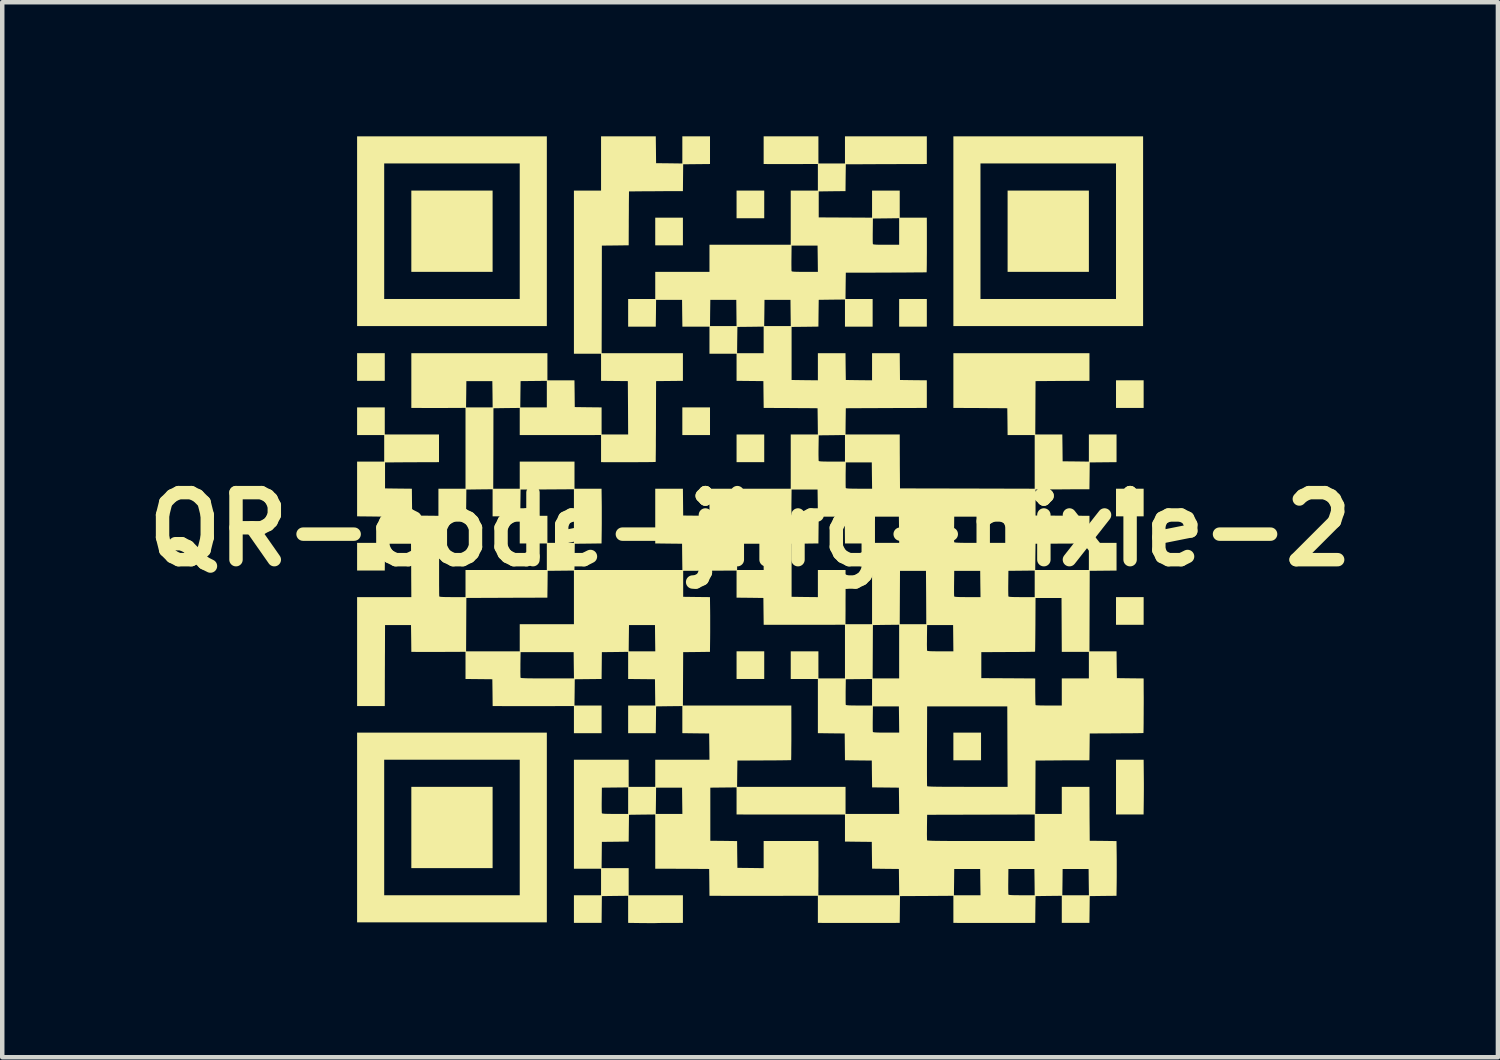
<source format=kicad_pcb>
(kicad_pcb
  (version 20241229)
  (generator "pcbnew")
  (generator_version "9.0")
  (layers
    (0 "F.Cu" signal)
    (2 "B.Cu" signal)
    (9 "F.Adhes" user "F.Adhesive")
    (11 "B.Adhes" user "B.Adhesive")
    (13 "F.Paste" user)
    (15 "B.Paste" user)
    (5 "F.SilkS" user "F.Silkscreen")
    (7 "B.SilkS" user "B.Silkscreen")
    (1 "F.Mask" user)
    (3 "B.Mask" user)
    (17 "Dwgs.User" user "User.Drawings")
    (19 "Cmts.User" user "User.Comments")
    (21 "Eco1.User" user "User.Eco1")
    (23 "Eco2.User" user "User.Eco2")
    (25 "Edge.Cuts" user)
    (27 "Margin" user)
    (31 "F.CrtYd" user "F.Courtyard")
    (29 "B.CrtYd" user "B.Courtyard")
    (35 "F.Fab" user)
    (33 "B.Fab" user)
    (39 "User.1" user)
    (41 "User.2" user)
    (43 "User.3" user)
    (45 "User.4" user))
  (footprint "QR-code-jhrg-nixie-2"
    (layer "F.Cu")
    (at 13.729 8.791)
    (property "Reference" "QR-code-jhrg-nixie-2" (at 0 0 0) (layer "F.SilkS") (effects (font (size 1.5 1.5) (thickness 0.3))))
    (attr board_only exclude_from_pos_files exclude_from_bom)
    (fp_poly (pts (xy -8.172 -3.631) (xy -8.172 -3.322) (xy -8.481 -3.322) (xy -8.791 -3.322) (xy -8.791 -3.631) (xy -8.791 -3.941) (xy -8.481 -3.941) (xy -8.172 -3.941)) (stroke (width 0) (type solid)) (fill yes) (layer "F.SilkS"))
    (fp_poly (pts (xy -5.76 -6.669) (xy -5.76 -5.76) (xy -6.669 -5.76) (xy -7.578 -5.76) (xy -7.578 -6.669) (xy -7.578 -7.578) (xy -6.669 -7.578) (xy -5.76 -7.578)) (stroke (width 0) (type solid)) (fill yes) (layer "F.SilkS"))
    (fp_poly (pts (xy -5.76 6.669) (xy -5.76 7.578) (xy -6.669 7.578) (xy -7.578 7.578) (xy -7.578 6.669) (xy -7.578 5.76) (xy -6.669 5.76) (xy -5.76 5.76)) (stroke (width 0) (type solid)) (fill yes) (layer "F.SilkS"))
    (fp_poly (pts (xy -1.503 -6.663) (xy -1.503 -6.353) (xy -1.812 -6.353) (xy -2.122 -6.353) (xy -2.122 -6.663) (xy -2.122 -6.972) (xy -1.812 -6.972) (xy -1.503 -6.972)) (stroke (width 0) (type solid)) (fill yes) (layer "F.SilkS"))
    (fp_poly (pts (xy -0.897 -2.419) (xy -0.897 -2.109) (xy -1.206 -2.109) (xy -1.516 -2.109) (xy -1.516 -2.419) (xy -1.516 -2.728) (xy -1.206 -2.728) (xy -0.897 -2.728)) (stroke (width 0) (type solid)) (fill yes) (layer "F.SilkS"))
    (fp_poly (pts (xy 0.316 -7.269) (xy 0.316 -6.959) (xy 0.006 -6.959) (xy -0.303 -6.959) (xy -0.303 -7.269) (xy -0.303 -7.578) (xy 0.006 -7.578) (xy 0.316 -7.578)) (stroke (width 0) (type solid)) (fill yes) (layer "F.SilkS"))
    (fp_poly (pts (xy 0.316 -1.812) (xy 0.316 -1.503) (xy 0.006 -1.503) (xy -0.303 -1.503) (xy -0.303 -1.812) (xy -0.303 -2.122) (xy 0.006 -2.122) (xy 0.316 -2.122)) (stroke (width 0) (type solid)) (fill yes) (layer "F.SilkS"))
    (fp_poly (pts (xy 0.316 3.038) (xy 0.316 3.347) (xy 0.006 3.347) (xy -0.303 3.347) (xy -0.303 3.038) (xy -0.303 2.728) (xy 0.006 2.728) (xy 0.316 2.728)) (stroke (width 0) (type solid)) (fill yes) (layer "F.SilkS"))
    (fp_poly (pts (xy 3.953 -4.844) (xy 3.953 -4.534) (xy 3.644 -4.534) (xy 3.334 -4.534) (xy 3.334 -4.844) (xy 3.334 -5.153) (xy 3.644 -5.153) (xy 3.953 -5.153)) (stroke (width 0) (type solid)) (fill yes) (layer "F.SilkS"))
    (fp_poly (pts (xy 5.166 4.856) (xy 5.166 5.166) (xy 4.856 5.166) (xy 4.547 5.166) (xy 4.547 4.856) (xy 4.547 4.547) (xy 4.856 4.547) (xy 5.166 4.547)) (stroke (width 0) (type solid)) (fill yes) (layer "F.SilkS"))
    (fp_poly (pts (xy 7.578 -6.669) (xy 7.578 -5.76) (xy 6.669 -5.76) (xy 5.76 -5.76) (xy 5.76 -6.669) (xy 5.76 -7.578) (xy 6.669 -7.578) (xy 7.578 -7.578)) (stroke (width 0) (type solid)) (fill yes) (layer "F.SilkS"))
    (fp_poly (pts (xy 8.803 -3.025) (xy 8.803 -2.716) (xy 8.494 -2.716) (xy 8.185 -2.716) (xy 8.185 -3.025) (xy 8.185 -3.334) (xy 8.494 -3.334) (xy 8.803 -3.334)) (stroke (width 0) (type solid)) (fill yes) (layer "F.SilkS"))
    (fp_poly (pts (xy 8.803 -0.6) (xy 8.803 -0.291) (xy 8.494 -0.291) (xy 8.185 -0.291) (xy 8.185 -0.6) (xy 8.185 -0.909) (xy 8.494 -0.909) (xy 8.803 -0.909)) (stroke (width 0) (type solid)) (fill yes) (layer "F.SilkS"))
    (fp_poly (pts (xy 8.803 1.825) (xy 8.803 2.135) (xy 8.494 2.135) (xy 8.185 2.135) (xy 8.185 1.825) (xy 8.185 1.516) (xy 8.494 1.516) (xy 8.803 1.516)) (stroke (width 0) (type solid)) (fill yes) (layer "F.SilkS"))
    (fp_poly (pts (xy 8.806 5.453) (xy 8.807 5.561) (xy 8.808 5.684) (xy 8.808 5.814) (xy 8.807 5.94) (xy 8.806 6.053) (xy 8.806 6.066) (xy 8.802 6.378) (xy 8.493 6.378) (xy 8.185 6.378) (xy 8.185 5.766) (xy 8.185 5.153) (xy 8.494 5.153) (xy 8.803 5.153)) (stroke (width 0) (type solid)) (fill yes) (layer "F.SilkS"))
    (fp_poly (pts (xy -4.547 -6.669) (xy -4.547 -4.547) (xy -6.669 -4.547) (xy -8.791 -4.547) (xy -8.791 -6.669) (xy -8.791 -8.185) (xy -8.185 -8.185) (xy -8.185 -6.669) (xy -8.185 -5.153) (xy -6.669 -5.153) (xy -5.153 -5.153) (xy -5.153 -6.669) (xy -5.153 -8.185) (xy -6.669 -8.185) (xy -8.185 -8.185) (xy -8.791 -8.185) (xy -8.791 -8.791) (xy -6.669 -8.791) (xy -4.547 -8.791)) (stroke (width 0) (type solid)) (fill yes) (layer "F.SilkS"))
    (fp_poly (pts (xy -4.547 6.669) (xy -4.547 8.791) (xy -6.669 8.791) (xy -8.791 8.791) (xy -8.791 6.669) (xy -8.791 5.153) (xy -8.185 5.153) (xy -8.185 6.669) (xy -8.185 8.185) (xy -6.669 8.185) (xy -5.153 8.185) (xy -5.153 6.669) (xy -5.153 5.153) (xy -6.669 5.153) (xy -8.185 5.153) (xy -8.791 5.153) (xy -8.791 4.547) (xy -6.669 4.547) (xy -4.547 4.547)) (stroke (width 0) (type solid)) (fill yes) (layer "F.SilkS"))
    (fp_poly (pts (xy 8.791 -6.669) (xy 8.791 -4.547) (xy 6.669 -4.547) (xy 4.547 -4.547) (xy 4.547 -6.669) (xy 4.547 -8.185) (xy 5.153 -8.185) (xy 5.153 -6.669) (xy 5.153 -5.153) (xy 6.669 -5.153) (xy 8.185 -5.153) (xy 8.185 -6.669) (xy 8.185 -8.185) (xy 6.669 -8.185) (xy 5.153 -8.185) (xy 4.547 -8.185) (xy 4.547 -8.791) (xy 6.669 -8.791) (xy 8.791 -8.791)) (stroke (width 0) (type solid)) (fill yes) (layer "F.SilkS"))
    (fp_poly (pts (xy -2.106 -8.491) (xy -2.103 -8.191) (xy -1.809 -8.188) (xy -1.516 -8.184) (xy -1.516 -8.487) (xy -1.516 -8.791) (xy -1.206 -8.791) (xy -0.897 -8.791) (xy -0.897 -8.482) (xy -0.897 -8.172) (xy -1.197 -8.169) (xy -1.497 -8.166) (xy -1.5 -7.866) (xy -1.503 -7.566) (xy -1.803 -7.565) (xy -1.913 -7.565) (xy -2.037 -7.564) (xy -2.167 -7.563) (xy -2.293 -7.563) (xy -2.403 -7.562) (xy -2.406 -7.562) (xy -2.709 -7.559) (xy -2.712 -7.256) (xy -2.712 -7.146) (xy -2.713 -7.021) (xy -2.714 -6.891) (xy -2.714 -6.766) (xy -2.715 -6.656) (xy -2.715 -6.653) (xy -2.716 -6.354) (xy -3.016 -6.35) (xy -3.316 -6.347) (xy -3.318 -5.144) (xy -3.321 -3.941) (xy -2.412 -3.941) (xy -1.503 -3.941) (xy -1.503 -3.632) (xy -1.503 -3.322) (xy -1.803 -3.319) (xy -2.103 -3.316) (xy -2.106 -2.414) (xy -2.106 -2.265) (xy -2.107 -2.124) (xy -2.108 -1.993) (xy -2.108 -1.873) (xy -2.109 -1.766) (xy -2.11 -1.676) (xy -2.111 -1.603) (xy -2.111 -1.549) (xy -2.112 -1.517) (xy -2.112 -1.508) (xy -2.126 -1.507) (xy -2.162 -1.506) (xy -2.218 -1.505) (xy -2.293 -1.504) (xy -2.382 -1.503) (xy -2.484 -1.503) (xy -2.596 -1.502) (xy -2.716 -1.502) (xy -2.841 -1.502) (xy -2.969 -1.502) (xy -3.034 -1.502) (xy -3.334 -1.503) (xy -3.334 -1.806) (xy -3.334 -2.11) (xy -3.944 -2.109) (xy -4.079 -2.109) (xy -4.217 -2.109) (xy -4.355 -2.109) (xy -4.487 -2.109) (xy -4.61 -2.109) (xy -4.718 -2.109) (xy -4.809 -2.109) (xy -4.853 -2.109) (xy -5.153 -2.109) (xy -5.153 -2.413) (xy -5.153 -2.716) (xy -5.447 -2.713) (xy -5.741 -2.709) (xy -5.743 -1.809) (xy -5.746 -0.909) (xy -5.45 -0.909) (xy -5.153 -0.909) (xy -5.153 -1.213) (xy -5.153 -1.516) (xy -4.541 -1.516) (xy -3.928 -1.516) (xy -3.928 -1.213) (xy -3.928 -0.909) (xy -3.625 -0.909) (xy -3.323 -0.909) (xy -3.319 -0.609) (xy -3.318 -0.502) (xy -3.318 -0.378) (xy -3.318 -0.249) (xy -3.318 -0.123) (xy -3.319 -0.01) (xy -3.319 0.003) (xy -3.323 0.315) (xy -3.622 0.319) (xy -3.922 0.322) (xy -3.925 0.616) (xy -3.929 0.909) (xy -2.722 0.909) (xy -1.515 0.909) (xy -0.291 0.909) (xy 0.006 0.909) (xy 0.304 0.909) (xy 0.3 0.616) (xy 0.297 0.322) (xy 0.006 0.322) (xy -0.284 0.322) (xy -0.288 0.616) (xy -0.291 0.909) (xy -1.515 0.909) (xy -1.519 0.616) (xy -1.522 0.322) (xy -1.822 0.319) (xy -2.122 0.315) (xy -2.122 -0.297) (xy -2.122 -0.909) (xy -1.813 -0.909) (xy -1.503 -0.909) (xy -1.5 -0.609) (xy -1.497 -0.309) (xy -1.203 -0.306) (xy -0.909 -0.303) (xy -0.909 -0.457) (xy 0.924 -0.457) (xy 0.925 -0.395) (xy 0.925 -0.349) (xy 0.927 -0.323) (xy 0.928 -0.319) (xy 0.936 -0.314) (xy 0.956 -0.31) (xy 0.992 -0.307) (xy 1.046 -0.305) (xy 1.12 -0.304) (xy 1.216 -0.303) (xy 1.225 -0.303) (xy 1.516 -0.303) (xy 1.513 -0.597) (xy 1.509 -0.89) (xy 1.219 -0.89) (xy 0.928 -0.89) (xy 0.925 -0.613) (xy 0.924 -0.531) (xy 0.924 -0.457) (xy -0.909 -0.457) (xy -0.909 -0.606) (xy -0.909 -0.909) (xy 0 -0.909) (xy 0.909 -0.909) (xy 0.909 -1.063) (xy 2.137 -1.063) (xy 2.137 -1.002) (xy 2.138 -0.956) (xy 2.139 -0.93) (xy 2.14 -0.925) (xy 2.148 -0.92) (xy 2.169 -0.916) (xy 2.205 -0.913) (xy 2.258 -0.911) (xy 2.332 -0.91) (xy 2.428 -0.909) (xy 2.438 -0.909) (xy 2.729 -0.909) (xy 2.725 -1.203) (xy 2.722 -1.497) (xy 2.431 -1.497) (xy 2.141 -1.497) (xy 2.137 -1.219) (xy 2.137 -1.137) (xy 2.137 -1.063) (xy 0.909 -1.063) (xy 0.909 -1.516) (xy 0.909 -1.67) (xy 1.53 -1.67) (xy 1.531 -1.608) (xy 1.532 -1.562) (xy 1.533 -1.536) (xy 1.534 -1.532) (xy 1.542 -1.526) (xy 1.563 -1.522) (xy 1.599 -1.519) (xy 1.652 -1.517) (xy 1.726 -1.516) (xy 1.822 -1.516) (xy 1.831 -1.516) (xy 2.122 -1.516) (xy 2.122 -1.813) (xy 2.122 -2.11) (xy 1.828 -2.106) (xy 1.535 -2.103) (xy 1.531 -1.825) (xy 1.53 -1.744) (xy 1.53 -1.67) (xy 0.909 -1.67) (xy 0.909 -2.122) (xy 1.213 -2.122) (xy 1.516 -2.122) (xy 1.513 -2.416) (xy 1.509 -2.709) (xy 1.206 -2.712) (xy 1.096 -2.712) (xy 0.971 -2.713) (xy 0.841 -2.714) (xy 0.716 -2.714) (xy 0.606 -2.715) (xy 0.603 -2.715) (xy 0.304 -2.716) (xy 0.3 -3.016) (xy 0.297 -3.316) (xy -0.003 -3.319) (xy -0.303 -3.322) (xy -0.303 -3.625) (xy -0.303 -3.928) (xy -0.606 -3.928) (xy -0.909 -3.928) (xy -0.909 -3.941) (xy -0.291 -3.941) (xy 0.006 -3.941) (xy 0.303 -3.941) (xy 0.303 -4.238) (xy 0.303 -4.535) (xy 0.009 -4.531) (xy -0.284 -4.528) (xy -0.288 -4.234) (xy -0.291 -3.941) (xy -0.909 -3.941) (xy -0.909 -4.231) (xy -0.909 -4.534) (xy -1.212 -4.534) (xy -1.515 -4.534) (xy -1.515 -4.547) (xy -0.897 -4.547) (xy -0.6 -4.547) (xy -0.303 -4.547) (xy 0.315 -4.547) (xy 0.613 -4.547) (xy 0.91 -4.547) (xy 0.906 -4.841) (xy 0.903 -5.134) (xy 0.613 -5.134) (xy 0.322 -5.134) (xy 0.319 -4.841) (xy 0.315 -4.547) (xy -0.303 -4.547) (xy -0.306 -4.841) (xy -0.309 -5.134) (xy -0.6 -5.134) (xy -0.89 -5.134) (xy -0.894 -4.841) (xy -0.897 -4.547) (xy -1.515 -4.547) (xy -1.519 -4.834) (xy -1.522 -5.134) (xy -1.812 -5.134) (xy -2.103 -5.134) (xy -2.106 -4.834) (xy -2.11 -4.534) (xy -2.419 -4.534) (xy -2.728 -4.534) (xy -2.728 -4.844) (xy -2.728 -5.153) (xy -2.425 -5.153) (xy -2.122 -5.153) (xy -2.122 -5.456) (xy -2.122 -5.76) (xy -1.516 -5.76) (xy -0.909 -5.76) (xy -0.909 -5.914) (xy 0.924 -5.914) (xy 0.925 -5.852) (xy 0.925 -5.806) (xy 0.927 -5.78) (xy 0.928 -5.776) (xy 0.936 -5.77) (xy 0.956 -5.766) (xy 0.992 -5.763) (xy 1.046 -5.761) (xy 1.12 -5.76) (xy 1.216 -5.76) (xy 1.225 -5.76) (xy 1.516 -5.76) (xy 1.513 -6.053) (xy 1.509 -6.347) (xy 1.219 -6.347) (xy 0.928 -6.347) (xy 0.925 -6.069) (xy 0.924 -5.987) (xy 0.924 -5.914) (xy -0.909 -5.914) (xy -0.909 -6.063) (xy -0.909 -6.366) (xy 0 -6.366) (xy 0.909 -6.366) (xy 0.909 -6.52) (xy 2.743 -6.52) (xy 2.743 -6.458) (xy 2.744 -6.412) (xy 2.746 -6.386) (xy 2.746 -6.382) (xy 2.754 -6.376) (xy 2.775 -6.372) (xy 2.811 -6.369) (xy 2.865 -6.367) (xy 2.938 -6.366) (xy 3.035 -6.366) (xy 3.044 -6.366) (xy 3.334 -6.366) (xy 3.334 -6.663) (xy 3.334 -6.96) (xy 3.041 -6.956) (xy 2.747 -6.953) (xy 2.744 -6.676) (xy 2.743 -6.594) (xy 2.743 -6.52) (xy 0.909 -6.52) (xy 0.909 -6.972) (xy 0.909 -7.578) (xy 1.213 -7.578) (xy 1.516 -7.578) (xy 1.516 -7.876) (xy 1.516 -8.173) (xy 1.209 -8.172) (xy 1.099 -8.171) (xy 0.974 -8.171) (xy 0.844 -8.171) (xy 0.719 -8.171) (xy 0.609 -8.171) (xy 0.603 -8.171) (xy 0.303 -8.172) (xy 0.303 -8.481) (xy 0.303 -8.791) (xy 0.916 -8.791) (xy 1.528 -8.791) (xy 1.528 -8.488) (xy 1.528 -8.185) (xy 1.825 -8.185) (xy 2.122 -8.185) (xy 2.122 -8.488) (xy 2.122 -8.791) (xy 3.038 -8.791) (xy 3.953 -8.791) (xy 3.953 -8.481) (xy 3.953 -8.172) (xy 3.653 -8.171) (xy 3.576 -8.171) (xy 3.478 -8.171) (xy 3.364 -8.171) (xy 3.237 -8.17) (xy 3.102 -8.17) (xy 2.964 -8.169) (xy 2.827 -8.169) (xy 2.747 -8.168) (xy 2.141 -8.166) (xy 2.137 -7.866) (xy 2.134 -7.566) (xy 1.834 -7.563) (xy 1.535 -7.559) (xy 1.535 -7.269) (xy 1.535 -6.978) (xy 2.131 -6.975) (xy 2.728 -6.972) (xy 2.728 -7.275) (xy 2.728 -7.578) (xy 3.038 -7.578) (xy 3.347 -7.578) (xy 3.347 -7.275) (xy 3.347 -6.972) (xy 3.65 -6.972) (xy 3.953 -6.972) (xy 3.954 -6.672) (xy 3.954 -6.544) (xy 3.954 -6.417) (xy 3.954 -6.294) (xy 3.954 -6.178) (xy 3.953 -6.07) (xy 3.953 -5.974) (xy 3.952 -5.892) (xy 3.951 -5.826) (xy 3.95 -5.779) (xy 3.949 -5.754) (xy 3.948 -5.75) (xy 3.935 -5.749) (xy 3.899 -5.749) (xy 3.842 -5.748) (xy 3.765 -5.747) (xy 3.671 -5.747) (xy 3.562 -5.746) (xy 3.44 -5.745) (xy 3.307 -5.744) (xy 3.164 -5.744) (xy 3.043 -5.743) (xy 2.141 -5.741) (xy 2.137 -5.447) (xy 2.134 -5.153) (xy 2.437 -5.153) (xy 2.741 -5.153) (xy 2.741 -4.844) (xy 2.741 -4.534) (xy 2.431 -4.534) (xy 2.122 -4.534) (xy 2.122 -4.838) (xy 2.122 -5.141) (xy 1.828 -5.138) (xy 1.535 -5.134) (xy 1.531 -4.835) (xy 1.528 -4.535) (xy 1.228 -4.531) (xy 0.928 -4.528) (xy 0.928 -3.934) (xy 0.928 -3.341) (xy 1.222 -3.337) (xy 1.516 -3.334) (xy 1.516 -3.637) (xy 1.516 -3.941) (xy 1.825 -3.941) (xy 2.134 -3.941) (xy 2.137 -3.641) (xy 2.141 -3.341) (xy 2.435 -3.337) (xy 2.728 -3.334) (xy 2.728 -3.637) (xy 2.728 -3.941) (xy 3.037 -3.941) (xy 3.347 -3.941) (xy 3.35 -3.641) (xy 3.353 -3.341) (xy 3.653 -3.337) (xy 3.953 -3.334) (xy 3.953 -3.025) (xy 3.953 -2.716) (xy 3.653 -2.715) (xy 3.576 -2.715) (xy 3.478 -2.715) (xy 3.364 -2.714) (xy 3.237 -2.714) (xy 3.102 -2.713) (xy 2.964 -2.713) (xy 2.827 -2.712) (xy 2.747 -2.712) (xy 2.141 -2.709) (xy 2.137 -2.416) (xy 2.134 -2.122) (xy 2.741 -2.122) (xy 3.347 -2.122) (xy 3.348 -1.822) (xy 3.348 -1.713) (xy 3.349 -1.588) (xy 3.349 -1.458) (xy 3.35 -1.332) (xy 3.351 -1.222) (xy 3.351 -1.219) (xy 3.353 -0.916) (xy 4.86 -0.913) (xy 6.366 -0.909) (xy 6.366 -1.509) (xy 6.366 -2.109) (xy 6.063 -2.109) (xy 5.76 -2.109) (xy 5.757 -2.409) (xy 5.753 -2.709) (xy 5.45 -2.712) (xy 5.34 -2.712) (xy 5.215 -2.713) (xy 5.085 -2.714) (xy 4.96 -2.714) (xy 4.85 -2.715) (xy 4.847 -2.715) (xy 4.547 -2.716) (xy 4.547 -3.328) (xy 4.547 -3.941) (xy 6.069 -3.941) (xy 7.591 -3.941) (xy 7.591 -3.631) (xy 7.591 -3.322) (xy 7.291 -3.321) (xy 7.182 -3.321) (xy 7.057 -3.32) (xy 6.927 -3.32) (xy 6.801 -3.319) (xy 6.691 -3.318) (xy 6.688 -3.318) (xy 6.385 -3.316) (xy 6.382 -2.719) (xy 6.379 -2.122) (xy 6.681 -2.122) (xy 6.984 -2.122) (xy 6.988 -1.822) (xy 6.991 -1.522) (xy 7.285 -1.519) (xy 7.578 -1.515) (xy 7.578 -1.819) (xy 7.578 -2.122) (xy 7.888 -2.122) (xy 8.197 -2.122) (xy 8.197 -1.813) (xy 8.197 -1.503) (xy 7.897 -1.5) (xy 7.597 -1.497) (xy 7.594 -1.197) (xy 7.59 -0.897) (xy 7.291 -0.896) (xy 7.181 -0.896) (xy 7.057 -0.895) (xy 6.927 -0.894) (xy 6.801 -0.894) (xy 6.691 -0.893) (xy 6.688 -0.893) (xy 6.385 -0.89) (xy 6.385 -0.6) (xy 6.385 -0.309) (xy 6.988 -0.306) (xy 7.591 -0.303) (xy 7.591 0.000122) (xy 7.591 0.303) (xy 7.894 0.303) (xy 8.197 0.303) (xy 8.197 0.612) (xy 8.197 0.922) (xy 7.897 0.925) (xy 7.597 0.928) (xy 7.594 1.828) (xy 7.591 2.728) (xy 7.894 2.728) (xy 8.197 2.728) (xy 8.2 3.028) (xy 8.204 3.328) (xy 8.504 3.332) (xy 8.803 3.335) (xy 8.804 3.635) (xy 8.805 3.761) (xy 8.805 3.886) (xy 8.804 4.008) (xy 8.804 4.124) (xy 8.803 4.231) (xy 8.803 4.328) (xy 8.802 4.411) (xy 8.801 4.477) (xy 8.8 4.525) (xy 8.799 4.552) (xy 8.798 4.556) (xy 8.785 4.557) (xy 8.75 4.558) (xy 8.694 4.559) (xy 8.62 4.56) (xy 8.53 4.561) (xy 8.428 4.561) (xy 8.316 4.562) (xy 8.196 4.563) (xy 7.597 4.566) (xy 7.594 4.866) (xy 7.59 5.166) (xy 7.291 5.167) (xy 7.181 5.167) (xy 7.057 5.167) (xy 6.927 5.168) (xy 6.801 5.169) (xy 6.691 5.17) (xy 6.688 5.17) (xy 6.385 5.172) (xy 6.382 5.769) (xy 6.379 6.366) (xy 6.675 6.366) (xy 6.972 6.366) (xy 6.972 6.063) (xy 6.972 5.76) (xy 7.282 5.76) (xy 7.591 5.76) (xy 7.592 6.059) (xy 7.592 6.169) (xy 7.593 6.294) (xy 7.593 6.424) (xy 7.594 6.549) (xy 7.595 6.66) (xy 7.595 6.663) (xy 7.597 6.966) (xy 7.897 6.969) (xy 8.196 6.973) (xy 8.2 7.285) (xy 8.201 7.396) (xy 8.201 7.521) (xy 8.201 7.65) (xy 8.201 7.775) (xy 8.2 7.885) (xy 8.2 7.897) (xy 8.196 8.197) (xy 7.897 8.2) (xy 7.597 8.204) (xy 7.594 8.504) (xy 7.59 8.803) (xy 7.281 8.803) (xy 6.972 8.803) (xy 6.972 8.5) (xy 6.972 8.197) (xy 6.678 8.2) (xy 6.385 8.204) (xy 6.381 8.504) (xy 6.378 8.803) (xy 6.081 8.804) (xy 5.977 8.804) (xy 5.856 8.804) (xy 5.728 8.804) (xy 5.602 8.804) (xy 5.487 8.804) (xy 5.463 8.804) (xy 5.352 8.804) (xy 5.227 8.804) (xy 5.099 8.804) (xy 4.975 8.804) (xy 4.866 8.804) (xy 4.844 8.804) (xy 4.547 8.803) (xy 4.547 8.5) (xy 4.547 8.197) (xy 3.95 8.201) (xy 3.353 8.204) (xy 3.35 8.504) (xy 3.347 8.803) (xy 3.05 8.804) (xy 2.945 8.804) (xy 2.825 8.804) (xy 2.697 8.804) (xy 2.571 8.804) (xy 2.456 8.804) (xy 2.431 8.804) (xy 2.32 8.804) (xy 2.196 8.804) (xy 2.068 8.804) (xy 1.944 8.804) (xy 1.835 8.804) (xy 1.812 8.804) (xy 1.516 8.803) (xy 1.516 8.5) (xy 1.516 8.197) (xy 0.603 8.198) (xy 0.444 8.198) (xy 0.285 8.198) (xy 0.128 8.198) (xy -0.022 8.198) (xy -0.163 8.198) (xy -0.293 8.198) (xy -0.407 8.198) (xy -0.504 8.198) (xy -0.58 8.198) (xy -0.609 8.198) (xy -0.909 8.197) (xy -0.912 7.897) (xy -0.916 7.597) (xy -1.219 7.595) (xy -1.329 7.594) (xy -1.454 7.593) (xy -1.584 7.593) (xy -1.709 7.592) (xy -1.819 7.592) (xy -1.822 7.592) (xy -2.122 7.591) (xy -2.122 6.984) (xy -2.122 6.966) (xy -0.89 6.966) (xy -0.591 6.969) (xy -0.291 6.973) (xy -0.288 7.272) (xy -0.284 7.572) (xy 0.009 7.575) (xy 0.303 7.579) (xy 0.303 7.275) (xy 0.303 6.972) (xy 0.916 6.972) (xy 1.528 6.972) (xy 1.529 7.272) (xy 1.529 7.381) (xy 1.529 7.505) (xy 1.529 7.635) (xy 1.529 7.761) (xy 1.528 7.872) (xy 1.528 7.878) (xy 1.527 8.185) (xy 2.431 8.185) (xy 3.335 8.185) (xy 4.559 8.185) (xy 4.856 8.185) (xy 5.154 8.185) (xy 5.152 8.03) (xy 5.774 8.03) (xy 5.775 8.092) (xy 5.776 8.138) (xy 5.777 8.164) (xy 5.778 8.168) (xy 5.786 8.174) (xy 5.806 8.178) (xy 5.842 8.181) (xy 5.896 8.183) (xy 5.97 8.184) (xy 6.066 8.185) (xy 6.075 8.185) (xy 6.366 8.185) (xy 6.984 8.185) (xy 7.282 8.185) (xy 7.579 8.185) (xy 7.575 7.891) (xy 7.572 7.597) (xy 7.282 7.597) (xy 6.991 7.597) (xy 6.988 7.891) (xy 6.984 8.185) (xy 6.366 8.185) (xy 6.363 7.891) (xy 6.359 7.597) (xy 6.069 7.597) (xy 5.778 7.597) (xy 5.775 7.875) (xy 5.774 7.957) (xy 5.774 8.03) (xy 5.152 8.03) (xy 5.15 7.891) (xy 5.147 7.597) (xy 4.856 7.597) (xy 4.566 7.597) (xy 4.563 7.891) (xy 4.559 8.185) (xy 3.335 8.185) (xy 3.332 7.891) (xy 3.328 7.597) (xy 3.028 7.594) (xy 2.729 7.59) (xy 2.725 7.291) (xy 2.722 6.991) (xy 2.422 6.988) (xy 2.122 6.984) (xy 2.122 6.818) (xy 3.955 6.818) (xy 3.956 6.88) (xy 3.957 6.926) (xy 3.958 6.952) (xy 3.959 6.956) (xy 3.965 6.959) (xy 3.98 6.961) (xy 4.006 6.963) (xy 4.044 6.965) (xy 4.095 6.967) (xy 4.162 6.968) (xy 4.244 6.969) (xy 4.344 6.97) (xy 4.463 6.971) (xy 4.601 6.971) (xy 4.761 6.972) (xy 4.943 6.972) (xy 5.15 6.972) (xy 5.165 6.972) (xy 6.366 6.972) (xy 6.366 6.676) (xy 6.366 6.379) (xy 5.163 6.382) (xy 3.96 6.385) (xy 3.956 6.662) (xy 3.956 6.744) (xy 3.955 6.818) (xy 2.122 6.818) (xy 2.122 6.681) (xy 2.122 6.379) (xy 1.209 6.379) (xy 1.05 6.379) (xy 0.891 6.379) (xy 0.735 6.379) (xy 0.584 6.379) (xy 0.443 6.379) (xy 0.314 6.379) (xy 0.199 6.379) (xy 0.102 6.379) (xy 0.027 6.379) (xy -0.003 6.379) (xy -0.303 6.378) (xy -0.303 6.075) (xy -0.303 5.772) (xy -0.597 5.775) (xy -0.89 5.778) (xy -0.89 6.372) (xy -0.89 6.966) (xy -2.122 6.966) (xy -2.122 6.378) (xy -2.416 6.381) (xy -2.709 6.385) (xy -2.713 6.684) (xy -2.716 6.984) (xy -3.016 6.988) (xy -3.316 6.991) (xy -3.319 7.285) (xy -3.322 7.578) (xy -3.019 7.578) (xy -2.716 7.578) (xy -2.716 7.881) (xy -2.716 8.185) (xy -2.109 8.185) (xy -1.503 8.185) (xy -1.503 8.494) (xy -1.503 8.803) (xy -1.79 8.804) (xy -1.874 8.804) (xy -1.951 8.804) (xy -2.016 8.805) (xy -2.066 8.806) (xy -2.096 8.807) (xy -2.103 8.807) (xy -2.122 8.808) (xy -2.163 8.809) (xy -2.222 8.809) (xy -2.293 8.808) (xy -2.375 8.807) (xy -2.428 8.807) (xy -2.728 8.803) (xy -2.728 8.5) (xy -2.728 8.197) (xy -3.022 8.2) (xy -3.316 8.204) (xy -3.319 8.504) (xy -3.322 8.803) (xy -3.632 8.803) (xy -3.941 8.803) (xy -3.941 8.494) (xy -3.941 8.185) (xy -3.638 8.185) (xy -3.334 8.185) (xy -3.334 7.888) (xy -3.334 7.591) (xy -3.638 7.591) (xy -3.941 7.591) (xy -3.941 6.372) (xy -3.941 6.212) (xy -3.32 6.212) (xy -3.319 6.273) (xy -3.318 6.319) (xy -3.317 6.346) (xy -3.316 6.35) (xy -3.308 6.355) (xy -3.288 6.359) (xy -3.252 6.362) (xy -3.198 6.364) (xy -3.124 6.365) (xy -3.028 6.366) (xy -3.019 6.366) (xy -2.728 6.366) (xy -2.11 6.366) (xy -1.812 6.366) (xy -1.515 6.366) (xy -1.519 6.072) (xy -1.522 5.778) (xy -1.812 5.778) (xy -2.103 5.778) (xy -2.106 6.072) (xy -2.11 6.366) (xy -2.728 6.366) (xy -2.728 6.069) (xy -2.728 5.772) (xy -3.022 5.775) (xy -3.316 5.778) (xy -3.319 6.056) (xy -3.32 6.138) (xy -3.32 6.212) (xy -3.941 6.212) (xy -3.941 5.153) (xy -3.328 5.153) (xy -2.716 5.153) (xy -2.716 5.456) (xy -2.716 5.76) (xy -2.419 5.76) (xy -2.122 5.76) (xy -2.122 5.456) (xy -2.122 5.153) (xy -1.515 5.153) (xy -0.909 5.153) (xy -0.912 4.86) (xy -0.916 4.566) (xy -1.216 4.563) (xy -1.516 4.559) (xy -1.516 4.256) (xy -1.516 3.953) (xy -1.809 3.956) (xy -2.103 3.96) (xy -2.106 4.26) (xy -2.11 4.56) (xy -2.419 4.56) (xy -2.728 4.56) (xy -2.728 4.25) (xy -2.728 3.941) (xy -2.425 3.941) (xy -2.121 3.941) (xy -1.503 3.941) (xy -0.29 3.941) (xy 0.922 3.941) (xy 0.923 4.241) (xy 0.923 4.367) (xy 0.923 4.492) (xy 0.923 4.614) (xy 0.923 4.73) (xy 0.922 4.838) (xy 0.921 4.934) (xy 0.921 5.017) (xy 0.92 5.083) (xy 0.919 5.131) (xy 0.918 5.158) (xy 0.917 5.163) (xy 0.904 5.163) (xy 0.868 5.164) (xy 0.812 5.165) (xy 0.738 5.166) (xy 0.649 5.167) (xy 0.547 5.168) (xy 0.434 5.168) (xy 0.315 5.169) (xy -0.284 5.172) (xy -0.288 5.466) (xy -0.291 5.76) (xy 0.922 5.76) (xy 2.135 5.76) (xy 2.135 6.063) (xy 2.135 6.366) (xy 2.735 6.366) (xy 3.335 6.366) (xy 3.332 6.072) (xy 3.328 5.778) (xy 3.028 5.775) (xy 2.729 5.772) (xy 2.725 5.472) (xy 2.723 5.262) (xy 3.956 5.262) (xy 3.956 5.382) (xy 3.956 5.488) (xy 3.957 5.578) (xy 3.957 5.651) (xy 3.958 5.704) (xy 3.959 5.736) (xy 3.959 5.744) (xy 3.965 5.747) (xy 3.982 5.75) (xy 4.011 5.752) (xy 4.054 5.754) (xy 4.111 5.756) (xy 4.185 5.757) (xy 4.277 5.758) (xy 4.388 5.759) (xy 4.52 5.759) (xy 4.675 5.759) (xy 4.853 5.76) (xy 4.862 5.76) (xy 5.76 5.76) (xy 5.756 4.86) (xy 5.753 3.96) (xy 4.856 3.96) (xy 3.96 3.96) (xy 3.957 4.844) (xy 3.956 4.991) (xy 3.956 5.131) (xy 3.956 5.262) (xy 2.723 5.262) (xy 2.722 5.172) (xy 2.422 5.169) (xy 2.122 5.165) (xy 2.119 4.866) (xy 2.116 4.566) (xy 1.816 4.563) (xy 1.516 4.559) (xy 1.516 4.393) (xy 2.743 4.393) (xy 2.743 4.455) (xy 2.744 4.501) (xy 2.746 4.527) (xy 2.746 4.531) (xy 2.754 4.536) (xy 2.775 4.54) (xy 2.811 4.543) (xy 2.865 4.545) (xy 2.938 4.547) (xy 3.035 4.547) (xy 3.044 4.547) (xy 3.335 4.547) (xy 3.332 4.253) (xy 3.328 3.96) (xy 3.038 3.96) (xy 2.747 3.96) (xy 2.744 4.237) (xy 2.743 4.319) (xy 2.743 4.393) (xy 1.516 4.393) (xy 1.516 3.953) (xy 1.516 3.787) (xy 2.137 3.787) (xy 2.137 3.848) (xy 2.138 3.894) (xy 2.139 3.921) (xy 2.14 3.925) (xy 2.148 3.93) (xy 2.169 3.934) (xy 2.205 3.937) (xy 2.258 3.939) (xy 2.332 3.94) (xy 2.429 3.941) (xy 2.437 3.941) (xy 2.728 3.941) (xy 2.728 3.644) (xy 2.728 3.347) (xy 2.435 3.35) (xy 2.141 3.353) (xy 2.137 3.631) (xy 2.137 3.713) (xy 2.137 3.787) (xy 1.516 3.787) (xy 1.516 3.347) (xy 1.213 3.347) (xy 0.909 3.347) (xy 0.909 3.038) (xy 0.909 2.728) (xy 1.219 2.728) (xy 1.528 2.728) (xy 1.528 3.031) (xy 1.528 3.334) (xy 1.825 3.334) (xy 2.122 3.334) (xy 2.741 3.334) (xy 3.038 3.334) (xy 3.334 3.334) (xy 3.334 3.328) (xy 5.172 3.328) (xy 5.775 3.331) (xy 6.378 3.335) (xy 6.378 3.629) (xy 6.379 3.713) (xy 6.38 3.788) (xy 6.381 3.851) (xy 6.383 3.899) (xy 6.385 3.927) (xy 6.387 3.932) (xy 6.401 3.935) (xy 6.437 3.937) (xy 6.491 3.939) (xy 6.56 3.94) (xy 6.639 3.941) (xy 6.684 3.941) (xy 6.972 3.941) (xy 6.972 3.638) (xy 6.972 3.334) (xy 7.275 3.334) (xy 7.578 3.334) (xy 7.578 3.038) (xy 7.578 2.741) (xy 7.275 2.741) (xy 6.972 2.741) (xy 6.969 2.138) (xy 6.966 1.535) (xy 6.675 1.535) (xy 6.385 1.535) (xy 6.382 2.133) (xy 6.381 2.254) (xy 6.38 2.366) (xy 6.379 2.469) (xy 6.378 2.558) (xy 6.377 2.632) (xy 6.376 2.688) (xy 6.375 2.724) (xy 6.374 2.737) (xy 6.361 2.738) (xy 6.325 2.739) (xy 6.269 2.74) (xy 6.195 2.741) (xy 6.106 2.742) (xy 6.003 2.743) (xy 5.891 2.743) (xy 5.771 2.744) (xy 5.172 2.747) (xy 5.172 3.038) (xy 5.172 3.328) (xy 3.334 3.328) (xy 3.334 2.734) (xy 3.334 2.574) (xy 3.955 2.574) (xy 3.956 2.636) (xy 3.957 2.682) (xy 3.958 2.708) (xy 3.959 2.712) (xy 3.967 2.718) (xy 3.988 2.722) (xy 4.024 2.725) (xy 4.077 2.727) (xy 4.151 2.728) (xy 4.247 2.728) (xy 4.256 2.728) (xy 4.547 2.728) (xy 4.544 2.435) (xy 4.541 2.141) (xy 4.25 2.141) (xy 3.96 2.141) (xy 3.956 2.418) (xy 3.956 2.5) (xy 3.955 2.574) (xy 3.334 2.574) (xy 3.334 2.134) (xy 3.041 2.137) (xy 2.747 2.141) (xy 2.744 2.738) (xy 2.741 3.334) (xy 2.122 3.334) (xy 2.122 2.734) (xy 2.122 2.134) (xy 1.513 2.135) (xy 1.377 2.135) (xy 1.239 2.135) (xy 1.101 2.135) (xy 0.969 2.135) (xy 0.847 2.135) (xy 0.738 2.135) (xy 0.648 2.135) (xy 0.603 2.135) (xy 0.304 2.135) (xy 0.3 1.835) (xy 0.297 1.535) (xy -0.003 1.531) (xy -0.303 1.528) (xy -0.303 1.509) (xy 0.928 1.509) (xy 1.222 1.513) (xy 1.516 1.516) (xy 1.516 1.213) (xy 1.516 0.909) (xy 1.825 0.909) (xy 2.135 0.909) (xy 2.135 1.209) (xy 2.136 1.318) (xy 2.136 1.442) (xy 2.135 1.572) (xy 2.135 1.698) (xy 2.135 1.81) (xy 2.135 1.816) (xy 2.133 2.122) (xy 2.431 2.122) (xy 2.728 2.122) (xy 3.347 2.122) (xy 3.644 2.122) (xy 3.941 2.122) (xy 3.938 1.525) (xy 3.937 1.362) (xy 4.562 1.362) (xy 4.562 1.423) (xy 4.563 1.469) (xy 4.565 1.495) (xy 4.565 1.5) (xy 4.573 1.505) (xy 4.594 1.509) (xy 4.63 1.512) (xy 4.683 1.514) (xy 4.757 1.515) (xy 4.854 1.516) (xy 4.863 1.516) (xy 5.154 1.516) (xy 5.152 1.362) (xy 5.774 1.362) (xy 5.775 1.423) (xy 5.776 1.469) (xy 5.777 1.495) (xy 5.778 1.5) (xy 5.786 1.505) (xy 5.806 1.509) (xy 5.842 1.512) (xy 5.896 1.514) (xy 5.97 1.515) (xy 6.066 1.516) (xy 6.075 1.516) (xy 6.366 1.516) (xy 6.366 1.219) (xy 6.366 0.922) (xy 6.072 0.925) (xy 5.778 0.928) (xy 5.775 1.206) (xy 5.774 1.288) (xy 5.774 1.362) (xy 5.152 1.362) (xy 5.15 1.222) (xy 5.147 0.928) (xy 4.856 0.928) (xy 4.566 0.928) (xy 4.563 1.206) (xy 4.562 1.288) (xy 4.562 1.362) (xy 3.937 1.362) (xy 3.934 0.928) (xy 3.644 0.928) (xy 3.353 0.928) (xy 3.35 1.525) (xy 3.347 2.122) (xy 2.728 2.122) (xy 2.728 1.219) (xy 2.728 0.909) (xy 6.378 0.909) (xy 6.978 0.909) (xy 7.578 0.909) (xy 7.578 0.613) (xy 7.578 0.316) (xy 6.982 0.319) (xy 6.385 0.322) (xy 6.381 0.616) (xy 6.378 0.909) (xy 2.728 0.909) (xy 2.728 0.316) (xy 2.425 0.316) (xy 2.122 0.316) (xy 2.122 0.303) (xy 2.74 0.303) (xy 3.038 0.303) (xy 3.335 0.303) (xy 3.333 0.149) (xy 4.562 0.149) (xy 4.562 0.211) (xy 4.563 0.257) (xy 4.565 0.283) (xy 4.565 0.287) (xy 4.572 0.291) (xy 4.589 0.294) (xy 4.618 0.297) (xy 4.662 0.299) (xy 4.722 0.301) (xy 4.8 0.302) (xy 4.898 0.303) (xy 5.017 0.303) (xy 5.16 0.303) (xy 5.166 0.303) (xy 5.76 0.303) (xy 5.757 0.009) (xy 5.753 -0.284) (xy 5.16 -0.284) (xy 4.566 -0.284) (xy 4.563 -0.007) (xy 4.562 0.075) (xy 4.562 0.149) (xy 3.333 0.149) (xy 3.332 0.009) (xy 3.328 -0.284) (xy 3.038 -0.284) (xy 2.747 -0.284) (xy 2.744 0.009) (xy 2.74 0.303) (xy 2.122 0.303) (xy 2.119 0.016) (xy 2.116 -0.284) (xy 1.825 -0.284) (xy 1.535 -0.284) (xy 1.531 0.016) (xy 1.528 0.315) (xy 1.228 0.319) (xy 0.928 0.322) (xy 0.928 0.916) (xy 0.928 1.509) (xy -0.303 1.509) (xy -0.303 1.225) (xy -0.303 0.922) (xy -0.9 0.925) (xy -1.497 0.928) (xy -1.497 1.219) (xy -1.497 1.509) (xy -1.197 1.513) (xy -0.898 1.516) (xy -0.894 1.816) (xy -0.893 1.923) (xy -0.893 2.047) (xy -0.893 2.176) (xy -0.893 2.302) (xy -0.894 2.415) (xy -0.894 2.428) (xy -0.898 2.74) (xy -1.197 2.744) (xy -1.497 2.747) (xy -1.5 3.344) (xy -1.503 3.941) (xy -2.121 3.941) (xy -2.125 3.647) (xy -2.128 3.353) (xy -2.428 3.35) (xy -2.728 3.347) (xy -2.728 3.043) (xy -2.728 2.74) (xy -3.022 2.744) (xy -3.316 2.747) (xy -3.319 3.047) (xy -3.322 3.347) (xy -3.622 3.35) (xy -3.922 3.353) (xy -3.925 3.647) (xy -3.929 3.941) (xy -3.625 3.941) (xy -3.322 3.941) (xy -3.322 4.25) (xy -3.322 4.56) (xy -3.631 4.56) (xy -3.941 4.56) (xy -3.941 4.256) (xy -3.941 3.953) (xy -4.55 3.954) (xy -4.685 3.954) (xy -4.824 3.954) (xy -4.961 3.954) (xy -5.093 3.954) (xy -5.216 3.954) (xy -5.324 3.954) (xy -5.415 3.954) (xy -5.459 3.954) (xy -5.759 3.953) (xy -5.762 3.653) (xy -5.766 3.353) (xy -6.066 3.35) (xy -6.366 3.347) (xy -6.366 3.18) (xy -5.139 3.18) (xy -5.138 3.242) (xy -5.137 3.288) (xy -5.136 3.314) (xy -5.135 3.318) (xy -5.129 3.322) (xy -5.112 3.326) (xy -5.082 3.328) (xy -5.038 3.33) (xy -4.978 3.332) (xy -4.9 3.333) (xy -4.802 3.334) (xy -4.683 3.334) (xy -4.54 3.334) (xy -4.535 3.334) (xy -3.94 3.334) (xy -3.944 3.041) (xy -3.947 2.747) (xy -4.541 2.747) (xy -5.134 2.747) (xy -5.138 3.025) (xy -5.138 3.107) (xy -5.139 3.18) (xy -6.366 3.18) (xy -6.366 3.043) (xy -6.366 2.739) (xy -6.672 2.741) (xy -6.782 2.741) (xy -6.908 2.742) (xy -7.037 2.742) (xy -7.162 2.742) (xy -7.272 2.742) (xy -7.278 2.742) (xy -7.578 2.741) (xy -7.578 2.728) (xy -6.353 2.728) (xy -5.753 2.728) (xy -5.153 2.728) (xy -2.716 2.728) (xy -2.419 2.728) (xy -2.121 2.728) (xy -2.125 2.435) (xy -2.128 2.141) (xy -2.419 2.141) (xy -2.709 2.141) (xy -2.713 2.435) (xy -2.716 2.728) (xy -5.153 2.728) (xy -5.153 2.425) (xy -5.153 2.122) (xy -4.547 2.122) (xy -3.941 2.122) (xy -3.941 1.522) (xy -3.941 0.922) (xy -4.234 0.925) (xy -4.528 0.928) (xy -4.531 1.228) (xy -4.535 1.528) (xy -4.835 1.529) (xy -4.912 1.529) (xy -5.01 1.529) (xy -5.124 1.53) (xy -5.251 1.53) (xy -5.385 1.531) (xy -5.524 1.531) (xy -5.661 1.532) (xy -5.741 1.532) (xy -6.347 1.535) (xy -6.35 2.131) (xy -6.353 2.728) (xy -7.578 2.728) (xy -7.581 2.441) (xy -7.585 2.141) (xy -7.875 2.141) (xy -8.166 2.141) (xy -8.168 2.747) (xy -8.169 2.882) (xy -8.169 3.02) (xy -8.17 3.158) (xy -8.17 3.29) (xy -8.171 3.412) (xy -8.171 3.52) (xy -8.171 3.61) (xy -8.171 3.653) (xy -8.172 3.953) (xy -8.481 3.953) (xy -8.791 3.953) (xy -8.791 2.735) (xy -8.791 1.516) (xy -8.184 1.516) (xy -7.578 1.516) (xy -7.581 1.018) (xy -6.957 1.018) (xy -6.957 1.138) (xy -6.957 1.244) (xy -6.956 1.334) (xy -6.956 1.407) (xy -6.955 1.46) (xy -6.954 1.492) (xy -6.953 1.5) (xy -6.945 1.505) (xy -6.923 1.509) (xy -6.886 1.512) (xy -6.83 1.514) (xy -6.753 1.515) (xy -6.657 1.516) (xy -6.366 1.516) (xy -6.366 1.213) (xy -6.366 0.909) (xy -5.456 0.909) (xy -4.547 0.909) (xy -4.547 0.613) (xy -4.547 0.316) (xy -4.85 0.316) (xy -5.153 0.316) (xy -5.153 0.013) (xy -5.153 -0.291) (xy -5.456 -0.291) (xy -5.76 -0.291) (xy -5.76 -0.303) (xy -5.141 -0.303) (xy -4.838 -0.303) (xy -4.534 -0.303) (xy -4.534 0) (xy -4.534 0.303) (xy -4.238 0.303) (xy -3.941 0.303) (xy -3.941 -0.297) (xy -3.941 -0.897) (xy -4.538 -0.893) (xy -5.134 -0.89) (xy -5.138 -0.597) (xy -5.141 -0.303) (xy -5.76 -0.303) (xy -5.76 -0.594) (xy -5.76 -0.897) (xy -6.053 -0.894) (xy -6.347 -0.89) (xy -6.35 -0.591) (xy -6.354 -0.291) (xy -6.653 -0.288) (xy -6.953 -0.284) (xy -6.956 0.6) (xy -6.957 0.747) (xy -6.957 0.888) (xy -6.957 1.018) (xy -7.581 1.018) (xy -7.581 0.919) (xy -7.585 0.322) (xy -7.875 0.322) (xy -8.166 0.322) (xy -8.169 0.622) (xy -8.172 0.922) (xy -8.482 0.922) (xy -8.791 0.922) (xy -8.791 0.613) (xy -8.791 0.303) (xy -8.487 0.303) (xy -8.184 0.303) (xy -8.188 0.009) (xy -8.191 -0.284) (xy -8.491 -0.288) (xy -8.791 -0.291) (xy -8.791 -0.903) (xy -8.791 -1.516) (xy -8.488 -1.516) (xy -8.185 -1.516) (xy -8.185 -1.812) (xy -8.185 -2.109) (xy -8.488 -2.109) (xy -8.791 -2.109) (xy -8.791 -2.419) (xy -8.791 -2.728) (xy -8.481 -2.728) (xy -8.172 -2.728) (xy -8.172 -2.425) (xy -8.172 -2.122) (xy -7.566 -2.122) (xy -6.959 -2.122) (xy -6.959 -1.812) (xy -6.959 -1.503) (xy -7.259 -1.502) (xy -7.369 -1.502) (xy -7.494 -1.501) (xy -7.624 -1.501) (xy -7.749 -1.5) (xy -7.86 -1.499) (xy -7.863 -1.499) (xy -8.166 -1.497) (xy -8.166 -1.206) (xy -8.166 -0.916) (xy -7.866 -0.912) (xy -7.566 -0.909) (xy -7.563 -0.609) (xy -7.559 -0.309) (xy -7.266 -0.306) (xy -6.972 -0.303) (xy -6.972 -0.606) (xy -6.972 -0.909) (xy -6.669 -0.909) (xy -6.366 -0.909) (xy -6.366 -1.813) (xy -6.366 -2.717) (xy -6.672 -2.716) (xy -6.783 -2.715) (xy -6.908 -2.715) (xy -7.037 -2.715) (xy -7.162 -2.715) (xy -7.272 -2.715) (xy -7.278 -2.715) (xy -7.578 -2.716) (xy -7.578 -2.728) (xy -6.354 -2.728) (xy -6.056 -2.728) (xy -5.759 -2.728) (xy -5.141 -2.728) (xy -4.844 -2.728) (xy -4.547 -2.728) (xy -4.547 -3.025) (xy -4.547 -3.322) (xy -4.841 -3.319) (xy -5.134 -3.316) (xy -5.138 -3.022) (xy -5.141 -2.728) (xy -5.759 -2.728) (xy -5.762 -3.022) (xy -5.766 -3.316) (xy -6.056 -3.316) (xy -6.347 -3.316) (xy -6.35 -3.022) (xy -6.354 -2.728) (xy -7.578 -2.728) (xy -7.578 -3.328) (xy -7.578 -3.941) (xy -6.056 -3.941) (xy -4.534 -3.941) (xy -4.534 -3.638) (xy -4.534 -3.334) (xy -4.231 -3.334) (xy -3.929 -3.334) (xy -3.925 -3.034) (xy -3.922 -2.735) (xy -3.622 -2.731) (xy -3.322 -2.728) (xy -3.322 -2.425) (xy -3.322 -2.122) (xy -3.025 -2.122) (xy -2.728 -2.122) (xy -2.731 -2.719) (xy -2.735 -3.316) (xy -3.034 -3.319) (xy -3.334 -3.322) (xy -3.334 -3.625) (xy -3.334 -3.928) (xy -3.638 -3.928) (xy -3.941 -3.928) (xy -3.941 -5.753) (xy -3.941 -7.578) (xy -3.638 -7.578) (xy -3.334 -7.578) (xy -3.334 -8.185) (xy -3.334 -8.791) (xy -2.722 -8.791) (xy -2.11 -8.791)) (stroke (width 0) (type solid)) (fill yes) (layer "F.SilkS")))
  (gr_rect
    (start -3 -3)
    (end 30.457 20.599)
    (stroke (width 0.1) (type default))
    (fill no)
    (layer "Edge.Cuts")))
</source>
